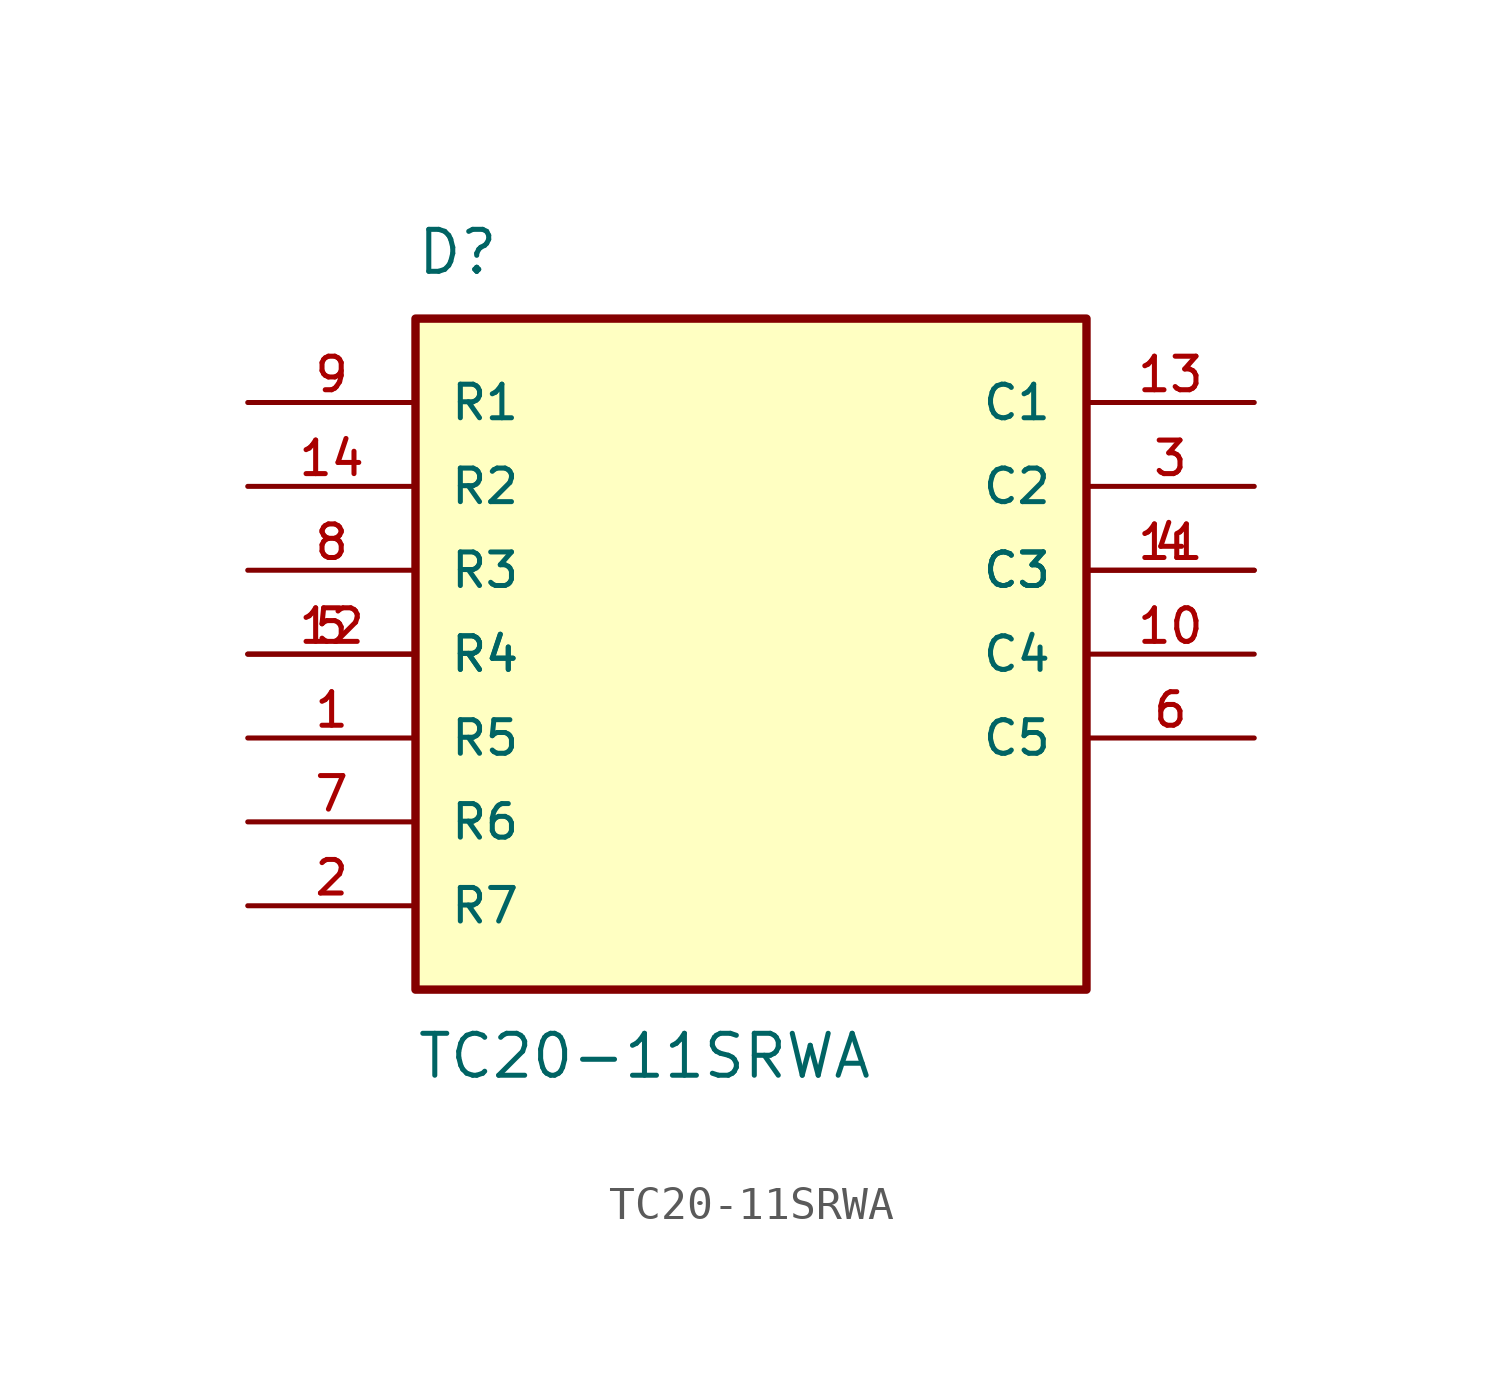
<source format=kicad_sym>
(kicad_symbol_lib
  (version 20211014)
  (generator kicad_symbol_editor)
  (symbol "TC20-11SRWA"
    (pin_names
      (offset 1.016))
    (property "Reference" "D"
      (at -10.16 11.43 0)
      (effects (font (size 1.27 1.27)) (justify bottom left)))
    (property "Value" "TC20-11SRWA"
      (at -10.16 -11.43 0.0)
      (effects (font (size 1.27 1.27)) (justify top left)))
    (symbol "TC20-11SRWA_0_0"
      (rectangle (start -10.16 -10.16) (end 10.16 10.16) (stroke (width 0.254)) (fill (type background)))
      (pin passive line (at -15.24 -7.62 0) (length 5.08) (name "R7" (effects (font (size 1.016 1.016)))) (number "2" (effects (font (size 1.016 1.016)))))
      (pin passive line (at -15.24 -5.08 0) (length 5.08) (name "R6" (effects (font (size 1.016 1.016)))) (number "7" (effects (font (size 1.016 1.016)))))
      (pin passive line (at -15.24 0.0 0) (length 5.08) (name "R4" (effects (font (size 1.016 1.016)))) (number "5" (effects (font (size 1.016 1.016)))))
      (pin passive line (at -15.24 0.0 0) (length 5.08) (name "R4" (effects (font (size 1.016 1.016)))) (number "12" (effects (font (size 1.016 1.016)))))
      (pin passive line (at -15.24 5.08 0) (length 5.08) (name "R2" (effects (font (size 1.016 1.016)))) (number "14" (effects (font (size 1.016 1.016)))))
      (pin passive line (at -15.24 7.62 0) (length 5.08) (name "R1" (effects (font (size 1.016 1.016)))) (number "9" (effects (font (size 1.016 1.016)))))
      (pin passive line (at -15.24 2.54 0) (length 5.08) (name "R3" (effects (font (size 1.016 1.016)))) (number "8" (effects (font (size 1.016 1.016)))))
      (pin passive line (at -15.24 -2.54 0) (length 5.08) (name "R5" (effects (font (size 1.016 1.016)))) (number "1" (effects (font (size 1.016 1.016)))))
      (pin passive line (at 15.24 7.62 180.0) (length 5.08) (name "C1" (effects (font (size 1.016 1.016)))) (number "13" (effects (font (size 1.016 1.016)))))
      (pin passive line (at 15.24 5.08 180.0) (length 5.08) (name "C2" (effects (font (size 1.016 1.016)))) (number "3" (effects (font (size 1.016 1.016)))))
      (pin passive line (at 15.24 2.54 180.0) (length 5.08) (name "C3" (effects (font (size 1.016 1.016)))) (number "4" (effects (font (size 1.016 1.016)))))
      (pin passive line (at 15.24 2.54 180.0) (length 5.08) (name "C3" (effects (font (size 1.016 1.016)))) (number "11" (effects (font (size 1.016 1.016)))))
      (pin passive line (at 15.24 0.0 180.0) (length 5.08) (name "C4" (effects (font (size 1.016 1.016)))) (number "10" (effects (font (size 1.016 1.016)))))
      (pin passive line (at 15.24 -2.54 180.0) (length 5.08) (name "C5" (effects (font (size 1.016 1.016)))) (number "6" (effects (font (size 1.016 1.016))))))))
</source>
